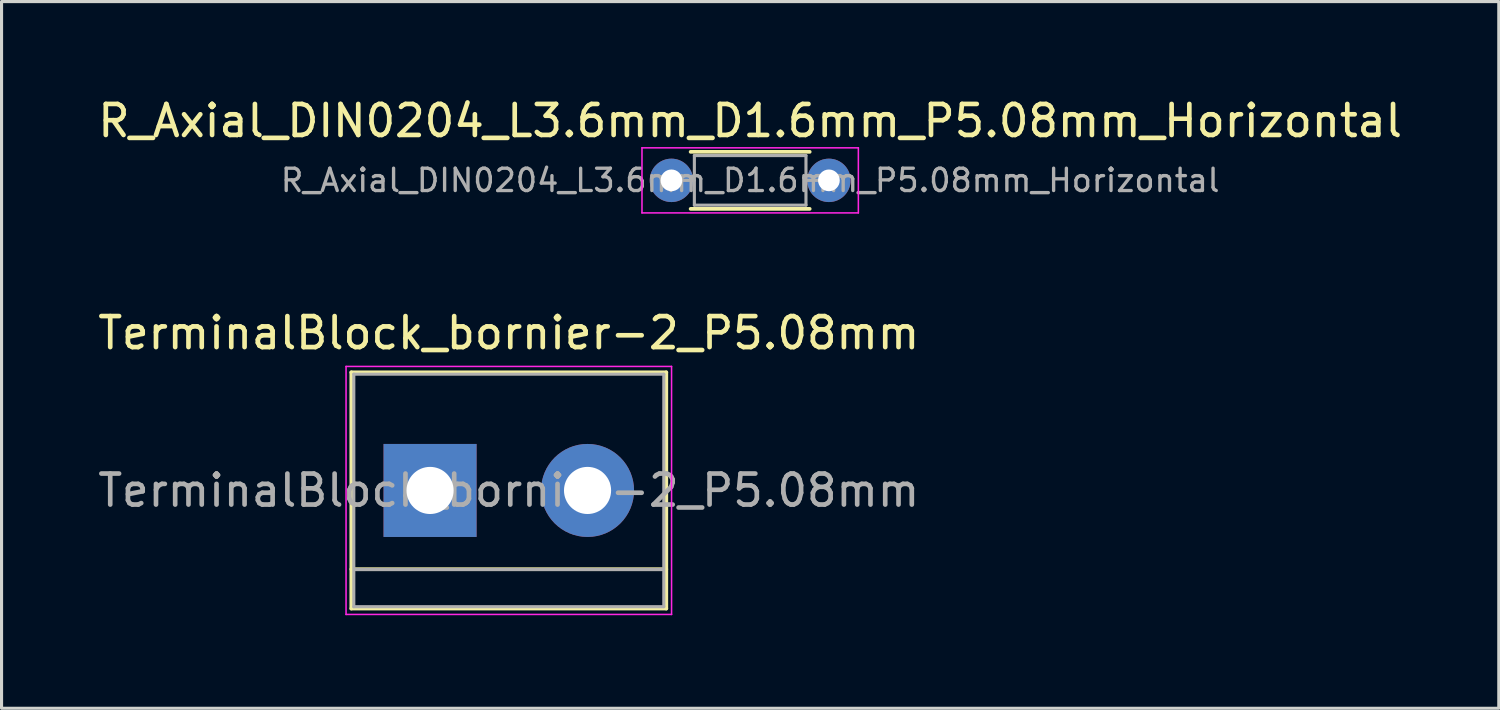
<source format=kicad_pcb>
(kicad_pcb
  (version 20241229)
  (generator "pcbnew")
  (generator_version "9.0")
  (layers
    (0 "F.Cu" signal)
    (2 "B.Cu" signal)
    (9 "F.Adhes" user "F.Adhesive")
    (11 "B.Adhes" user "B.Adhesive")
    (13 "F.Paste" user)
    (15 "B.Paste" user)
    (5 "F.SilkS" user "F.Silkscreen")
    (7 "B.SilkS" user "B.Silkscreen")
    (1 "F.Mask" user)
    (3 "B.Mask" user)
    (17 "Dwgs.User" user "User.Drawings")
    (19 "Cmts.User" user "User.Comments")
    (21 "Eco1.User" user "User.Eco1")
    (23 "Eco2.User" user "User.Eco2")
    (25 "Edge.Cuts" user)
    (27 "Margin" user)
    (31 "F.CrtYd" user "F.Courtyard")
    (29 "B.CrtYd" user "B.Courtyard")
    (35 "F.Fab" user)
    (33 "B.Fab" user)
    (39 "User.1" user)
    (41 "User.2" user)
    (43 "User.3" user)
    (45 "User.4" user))
  (footprint "R_Axial_DIN0204_L3.6mm_D1.6mm_P5.08mm_Horizontal"
    (layer "F.Cu")
    (at 18.609 2.768)
    (property "Reference" "R_Axial_DIN0204_L3.6mm_D1.6mm_P5.08mm_Horizontal" (at 2.54 -1.92 0) (layer "F.SilkS") (effects (font (size 1 1) (thickness 0.15))))
    (attr through_hole)
    (fp_line (start 0.62 -0.92) (end 4.46 -0.92) (stroke (width 0.12) (type solid)) (layer "F.SilkS"))
    (fp_line (start 0.62 0.92) (end 4.46 0.92) (stroke (width 0.12) (type solid)) (layer "F.SilkS"))
    (fp_line (start -0.95 -1.05) (end -0.95 1.05) (stroke (width 0.05) (type solid)) (layer "F.CrtYd"))
    (fp_line (start -0.95 1.05) (end 6.03 1.05) (stroke (width 0.05) (type solid)) (layer "F.CrtYd"))
    (fp_line (start 6.03 -1.05) (end -0.95 -1.05) (stroke (width 0.05) (type solid)) (layer "F.CrtYd"))
    (fp_line (start 6.03 1.05) (end 6.03 -1.05) (stroke (width 0.05) (type solid)) (layer "F.CrtYd"))
    (fp_line (start 0 0) (end 0.74 0) (stroke (width 0.1) (type solid)) (layer "F.Fab"))
    (fp_line (start 0.74 -0.8) (end 0.74 0.8) (stroke (width 0.1) (type solid)) (layer "F.Fab"))
    (fp_line (start 0.74 0.8) (end 4.34 0.8) (stroke (width 0.1) (type solid)) (layer "F.Fab"))
    (fp_line (start 4.34 -0.8) (end 0.74 -0.8) (stroke (width 0.1) (type solid)) (layer "F.Fab"))
    (fp_line (start 4.34 0.8) (end 4.34 -0.8) (stroke (width 0.1) (type solid)) (layer "F.Fab"))
    (fp_line (start 5.08 0) (end 4.34 0) (stroke (width 0.1) (type solid)) (layer "F.Fab"))
    (fp_text user "${REFERENCE}" (at 2.54 0 0) (layer "F.Fab") (effects (font (size 0.72 0.72) (thickness 0.108))))
    (pad "1" thru_hole circle (at 0 0) (size 1.4 1.4) (drill 0.7) (layers "*.Cu" "*.Mask"))
    (pad "2" thru_hole oval (at 5.08 0) (size 1.4 1.4) (drill 0.7) (layers "*.Cu" "*.Mask")))
  (footprint "TerminalBlock_bornier-2_P5.08mm"
    (layer "F.Cu")
    (at 10.823 12.771)
    (property "Reference" "TerminalBlock_bornier-2_P5.08mm" (at 2.54 -5.08 180) (layer "F.SilkS") (effects (font (size 1 1) (thickness 0.15))))
    (attr through_hole)
    (fp_line (start -2.54 -3.81) (end -2.54 3.81) (stroke (width 0.12) (type solid)) (layer "F.SilkS"))
    (fp_line (start -2.54 3.81) (end 7.62 3.81) (stroke (width 0.12) (type solid)) (layer "F.SilkS"))
    (fp_line (start 7.62 -3.81) (end -2.54 -3.81) (stroke (width 0.12) (type solid)) (layer "F.SilkS"))
    (fp_line (start 7.62 2.54) (end -2.54 2.54) (stroke (width 0.12) (type solid)) (layer "F.SilkS"))
    (fp_line (start 7.62 3.81) (end 7.62 -3.81) (stroke (width 0.12) (type solid)) (layer "F.SilkS"))
    (fp_line (start -2.71 -4) (end -2.71 4) (stroke (width 0.05) (type solid)) (layer "F.CrtYd"))
    (fp_line (start -2.71 -4) (end 7.79 -4) (stroke (width 0.05) (type solid)) (layer "F.CrtYd"))
    (fp_line (start 7.79 4) (end -2.71 4) (stroke (width 0.05) (type solid)) (layer "F.CrtYd"))
    (fp_line (start 7.79 4) (end 7.79 -4) (stroke (width 0.05) (type solid)) (layer "F.CrtYd"))
    (fp_line (start -2.46 -3.75) (end -2.46 3.75) (stroke (width 0.1) (type solid)) (layer "F.Fab"))
    (fp_line (start -2.46 3.75) (end 7.54 3.75) (stroke (width 0.1) (type solid)) (layer "F.Fab"))
    (fp_line (start -2.41 2.55) (end 7.49 2.55) (stroke (width 0.1) (type solid)) (layer "F.Fab"))
    (fp_line (start 7.54 -3.75) (end -2.46 -3.75) (stroke (width 0.1) (type solid)) (layer "F.Fab"))
    (fp_line (start 7.54 3.75) (end 7.54 -3.75) (stroke (width 0.1) (type solid)) (layer "F.Fab"))
    (fp_text user "${REFERENCE}" (at 2.54 0 180) (layer "F.Fab") (effects (font (size 1 1) (thickness 0.15))))
    (pad "1" thru_hole rect (at 0 0) (size 3 3) (drill 1.52) (layers "*.Cu" "*.Mask"))
    (pad "2" thru_hole circle (at 5.08 0) (size 3 3) (drill 1.52) (layers "*.Cu" "*.Mask")))
  (gr_rect
    (start -3 -3)
    (end 45.298 19.797)
    (stroke (width 0.1) (type default))
    (fill no)
    (layer "Edge.Cuts")))
</source>
